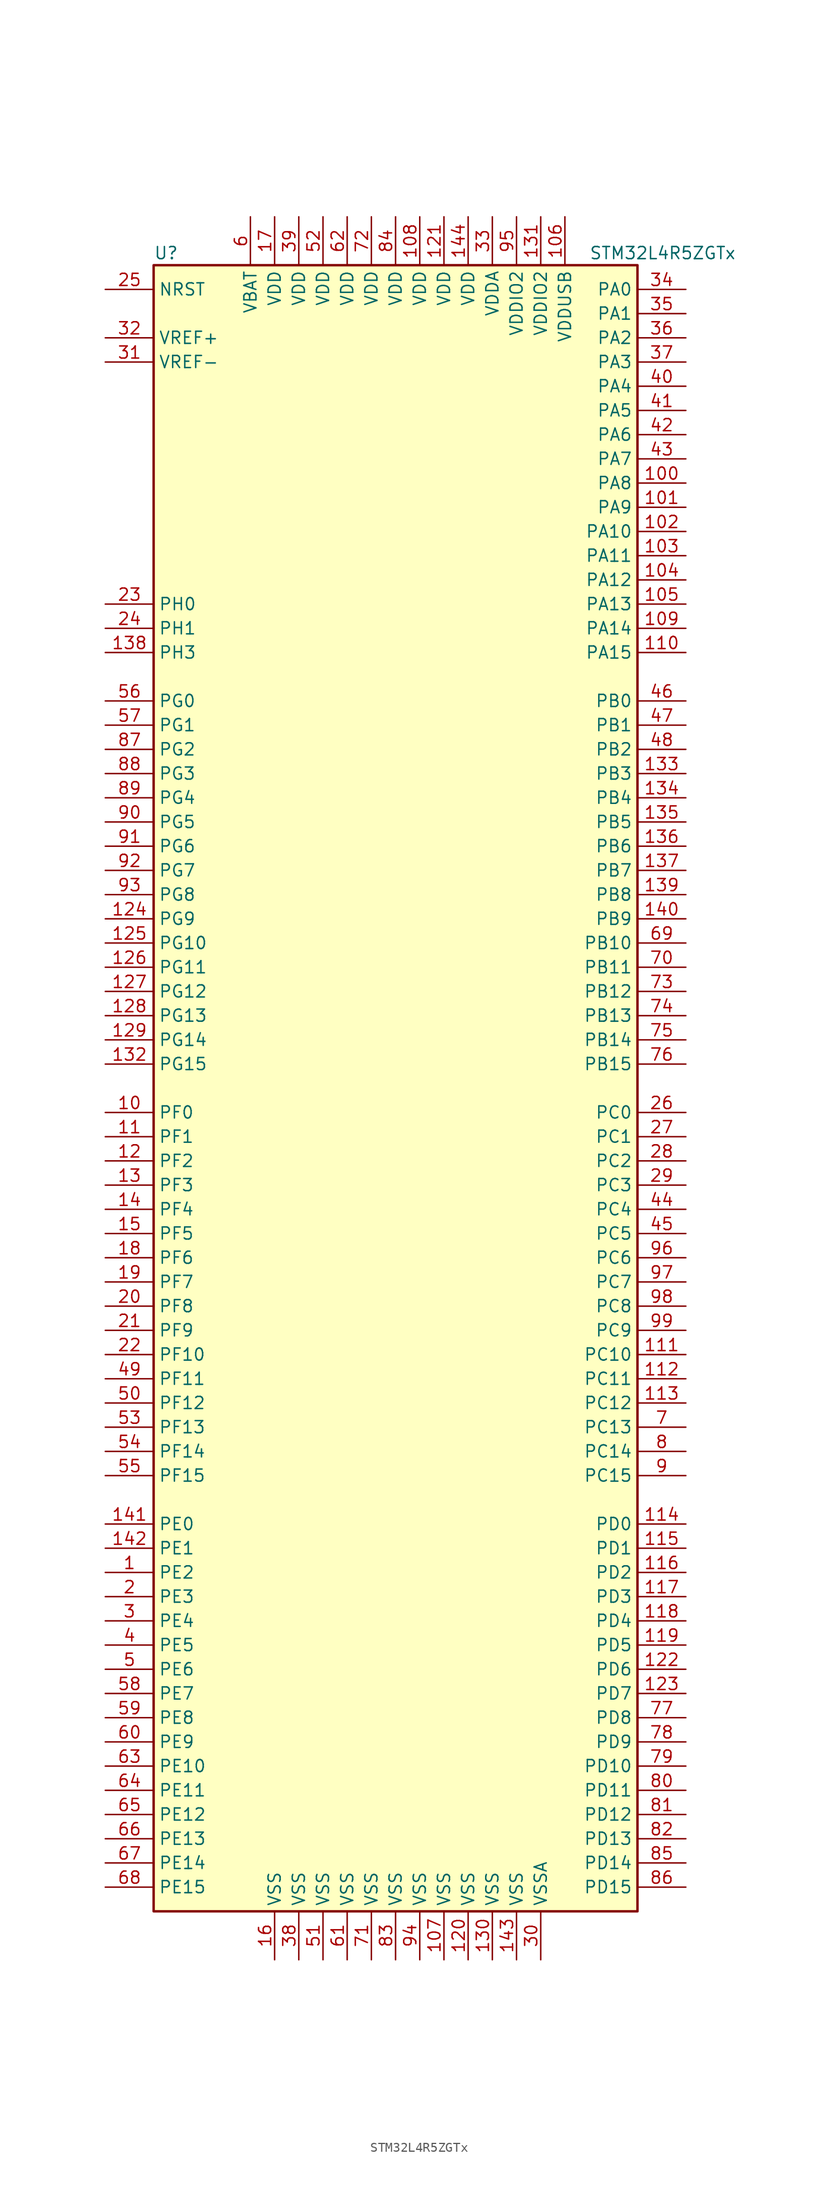
<source format=kicad_sym>
(kicad_symbol_lib
  (version 20201005)
  (generator kicad_symbol_editor)
  (symbol "MCU_ST_STM32L4+:STM32L4R5ZGTx"
    (property "Reference" "U"
      (at -25.4 87.63 0)
      (effects (font (size 1.27 1.27)) (justify left)))
    (property "Value" "STM32L4R5ZGTx"
      (at 20.32 87.63 0)
      (effects (font (size 1.27 1.27)) (justify left)))
    (symbol "STM32L4R5ZGTx_0_1"
      (rectangle (start -25.4 -86.36) (end 25.4 86.36) (stroke (width 0.254)) (fill (type background))))
    (symbol "STM32L4R5ZGTx_1_1"
      (pin input line (at -30.48 83.82 0) (length 5.08) (name "NRST" (effects (font (size 1.27 1.27)))) (number "25" (effects (font (size 1.27 1.27)))))
      (pin bidirectional line (at 30.48 83.82 180) (length 5.08) (name "PA0" (effects (font (size 1.27 1.27)))) (number "34" (effects (font (size 1.27 1.27)))))
      (pin bidirectional line (at 30.48 81.28 180) (length 5.08) (name "PA1" (effects (font (size 1.27 1.27)))) (number "35" (effects (font (size 1.27 1.27)))))
      (pin bidirectional line (at 30.48 58.42 180) (length 5.08) (name "PA10" (effects (font (size 1.27 1.27)))) (number "102" (effects (font (size 1.27 1.27)))))
      (pin bidirectional line (at 30.48 55.88 180) (length 5.08) (name "PA11" (effects (font (size 1.27 1.27)))) (number "103" (effects (font (size 1.27 1.27)))))
      (pin bidirectional line (at 30.48 53.34 180) (length 5.08) (name "PA12" (effects (font (size 1.27 1.27)))) (number "104" (effects (font (size 1.27 1.27)))))
      (pin bidirectional line (at 30.48 50.8 180) (length 5.08) (name "PA13" (effects (font (size 1.27 1.27)))) (number "105" (effects (font (size 1.27 1.27)))))
      (pin bidirectional line (at 30.48 48.26 180) (length 5.08) (name "PA14" (effects (font (size 1.27 1.27)))) (number "109" (effects (font (size 1.27 1.27)))))
      (pin bidirectional line (at 30.48 45.72 180) (length 5.08) (name "PA15" (effects (font (size 1.27 1.27)))) (number "110" (effects (font (size 1.27 1.27)))))
      (pin bidirectional line (at 30.48 78.74 180) (length 5.08) (name "PA2" (effects (font (size 1.27 1.27)))) (number "36" (effects (font (size 1.27 1.27)))))
      (pin bidirectional line (at 30.48 76.2 180) (length 5.08) (name "PA3" (effects (font (size 1.27 1.27)))) (number "37" (effects (font (size 1.27 1.27)))))
      (pin bidirectional line (at 30.48 73.66 180) (length 5.08) (name "PA4" (effects (font (size 1.27 1.27)))) (number "40" (effects (font (size 1.27 1.27)))))
      (pin bidirectional line (at 30.48 71.12 180) (length 5.08) (name "PA5" (effects (font (size 1.27 1.27)))) (number "41" (effects (font (size 1.27 1.27)))))
      (pin bidirectional line (at 30.48 68.58 180) (length 5.08) (name "PA6" (effects (font (size 1.27 1.27)))) (number "42" (effects (font (size 1.27 1.27)))))
      (pin bidirectional line (at 30.48 66.04 180) (length 5.08) (name "PA7" (effects (font (size 1.27 1.27)))) (number "43" (effects (font (size 1.27 1.27)))))
      (pin bidirectional line (at 30.48 63.5 180) (length 5.08) (name "PA8" (effects (font (size 1.27 1.27)))) (number "100" (effects (font (size 1.27 1.27)))))
      (pin bidirectional line (at 30.48 60.96 180) (length 5.08) (name "PA9" (effects (font (size 1.27 1.27)))) (number "101" (effects (font (size 1.27 1.27)))))
      (pin bidirectional line (at 30.48 40.64 180) (length 5.08) (name "PB0" (effects (font (size 1.27 1.27)))) (number "46" (effects (font (size 1.27 1.27)))))
      (pin bidirectional line (at 30.48 38.1 180) (length 5.08) (name "PB1" (effects (font (size 1.27 1.27)))) (number "47" (effects (font (size 1.27 1.27)))))
      (pin bidirectional line (at 30.48 15.24 180) (length 5.08) (name "PB10" (effects (font (size 1.27 1.27)))) (number "69" (effects (font (size 1.27 1.27)))))
      (pin bidirectional line (at 30.48 12.7 180) (length 5.08) (name "PB11" (effects (font (size 1.27 1.27)))) (number "70" (effects (font (size 1.27 1.27)))))
      (pin bidirectional line (at 30.48 10.16 180) (length 5.08) (name "PB12" (effects (font (size 1.27 1.27)))) (number "73" (effects (font (size 1.27 1.27)))))
      (pin bidirectional line (at 30.48 7.62 180) (length 5.08) (name "PB13" (effects (font (size 1.27 1.27)))) (number "74" (effects (font (size 1.27 1.27)))))
      (pin bidirectional line (at 30.48 5.08 180) (length 5.08) (name "PB14" (effects (font (size 1.27 1.27)))) (number "75" (effects (font (size 1.27 1.27)))))
      (pin bidirectional line (at 30.48 2.54 180) (length 5.08) (name "PB15" (effects (font (size 1.27 1.27)))) (number "76" (effects (font (size 1.27 1.27)))))
      (pin bidirectional line (at 30.48 35.56 180) (length 5.08) (name "PB2" (effects (font (size 1.27 1.27)))) (number "48" (effects (font (size 1.27 1.27)))))
      (pin bidirectional line (at 30.48 33.02 180) (length 5.08) (name "PB3" (effects (font (size 1.27 1.27)))) (number "133" (effects (font (size 1.27 1.27)))))
      (pin bidirectional line (at 30.48 30.48 180) (length 5.08) (name "PB4" (effects (font (size 1.27 1.27)))) (number "134" (effects (font (size 1.27 1.27)))))
      (pin bidirectional line (at 30.48 27.94 180) (length 5.08) (name "PB5" (effects (font (size 1.27 1.27)))) (number "135" (effects (font (size 1.27 1.27)))))
      (pin bidirectional line (at 30.48 25.4 180) (length 5.08) (name "PB6" (effects (font (size 1.27 1.27)))) (number "136" (effects (font (size 1.27 1.27)))))
      (pin bidirectional line (at 30.48 22.86 180) (length 5.08) (name "PB7" (effects (font (size 1.27 1.27)))) (number "137" (effects (font (size 1.27 1.27)))))
      (pin bidirectional line (at 30.48 20.32 180) (length 5.08) (name "PB8" (effects (font (size 1.27 1.27)))) (number "139" (effects (font (size 1.27 1.27)))))
      (pin bidirectional line (at 30.48 17.78 180) (length 5.08) (name "PB9" (effects (font (size 1.27 1.27)))) (number "140" (effects (font (size 1.27 1.27)))))
      (pin bidirectional line (at 30.48 -2.54 180) (length 5.08) (name "PC0" (effects (font (size 1.27 1.27)))) (number "26" (effects (font (size 1.27 1.27)))))
      (pin bidirectional line (at 30.48 -5.08 180) (length 5.08) (name "PC1" (effects (font (size 1.27 1.27)))) (number "27" (effects (font (size 1.27 1.27)))))
      (pin bidirectional line (at 30.48 -27.94 180) (length 5.08) (name "PC10" (effects (font (size 1.27 1.27)))) (number "111" (effects (font (size 1.27 1.27)))))
      (pin bidirectional line (at 30.48 -30.48 180) (length 5.08) (name "PC11" (effects (font (size 1.27 1.27)))) (number "112" (effects (font (size 1.27 1.27)))))
      (pin bidirectional line (at 30.48 -33.02 180) (length 5.08) (name "PC12" (effects (font (size 1.27 1.27)))) (number "113" (effects (font (size 1.27 1.27)))))
      (pin bidirectional line (at 30.48 -35.56 180) (length 5.08) (name "PC13" (effects (font (size 1.27 1.27)))) (number "7" (effects (font (size 1.27 1.27)))))
      (pin bidirectional line (at 30.48 -38.1 180) (length 5.08) (name "PC14" (effects (font (size 1.27 1.27)))) (number "8" (effects (font (size 1.27 1.27)))))
      (pin bidirectional line (at 30.48 -40.64 180) (length 5.08) (name "PC15" (effects (font (size 1.27 1.27)))) (number "9" (effects (font (size 1.27 1.27)))))
      (pin bidirectional line (at 30.48 -7.62 180) (length 5.08) (name "PC2" (effects (font (size 1.27 1.27)))) (number "28" (effects (font (size 1.27 1.27)))))
      (pin bidirectional line (at 30.48 -10.16 180) (length 5.08) (name "PC3" (effects (font (size 1.27 1.27)))) (number "29" (effects (font (size 1.27 1.27)))))
      (pin bidirectional line (at 30.48 -12.7 180) (length 5.08) (name "PC4" (effects (font (size 1.27 1.27)))) (number "44" (effects (font (size 1.27 1.27)))))
      (pin bidirectional line (at 30.48 -15.24 180) (length 5.08) (name "PC5" (effects (font (size 1.27 1.27)))) (number "45" (effects (font (size 1.27 1.27)))))
      (pin bidirectional line (at 30.48 -17.78 180) (length 5.08) (name "PC6" (effects (font (size 1.27 1.27)))) (number "96" (effects (font (size 1.27 1.27)))))
      (pin bidirectional line (at 30.48 -20.32 180) (length 5.08) (name "PC7" (effects (font (size 1.27 1.27)))) (number "97" (effects (font (size 1.27 1.27)))))
      (pin bidirectional line (at 30.48 -22.86 180) (length 5.08) (name "PC8" (effects (font (size 1.27 1.27)))) (number "98" (effects (font (size 1.27 1.27)))))
      (pin bidirectional line (at 30.48 -25.4 180) (length 5.08) (name "PC9" (effects (font (size 1.27 1.27)))) (number "99" (effects (font (size 1.27 1.27)))))
      (pin bidirectional line (at 30.48 -45.72 180) (length 5.08) (name "PD0" (effects (font (size 1.27 1.27)))) (number "114" (effects (font (size 1.27 1.27)))))
      (pin bidirectional line (at 30.48 -48.26 180) (length 5.08) (name "PD1" (effects (font (size 1.27 1.27)))) (number "115" (effects (font (size 1.27 1.27)))))
      (pin bidirectional line (at 30.48 -71.12 180) (length 5.08) (name "PD10" (effects (font (size 1.27 1.27)))) (number "79" (effects (font (size 1.27 1.27)))))
      (pin bidirectional line (at 30.48 -73.66 180) (length 5.08) (name "PD11" (effects (font (size 1.27 1.27)))) (number "80" (effects (font (size 1.27 1.27)))))
      (pin bidirectional line (at 30.48 -76.2 180) (length 5.08) (name "PD12" (effects (font (size 1.27 1.27)))) (number "81" (effects (font (size 1.27 1.27)))))
      (pin bidirectional line (at 30.48 -78.74 180) (length 5.08) (name "PD13" (effects (font (size 1.27 1.27)))) (number "82" (effects (font (size 1.27 1.27)))))
      (pin bidirectional line (at 30.48 -81.28 180) (length 5.08) (name "PD14" (effects (font (size 1.27 1.27)))) (number "85" (effects (font (size 1.27 1.27)))))
      (pin bidirectional line (at 30.48 -83.82 180) (length 5.08) (name "PD15" (effects (font (size 1.27 1.27)))) (number "86" (effects (font (size 1.27 1.27)))))
      (pin bidirectional line (at 30.48 -50.8 180) (length 5.08) (name "PD2" (effects (font (size 1.27 1.27)))) (number "116" (effects (font (size 1.27 1.27)))))
      (pin bidirectional line (at 30.48 -53.34 180) (length 5.08) (name "PD3" (effects (font (size 1.27 1.27)))) (number "117" (effects (font (size 1.27 1.27)))))
      (pin bidirectional line (at 30.48 -55.88 180) (length 5.08) (name "PD4" (effects (font (size 1.27 1.27)))) (number "118" (effects (font (size 1.27 1.27)))))
      (pin bidirectional line (at 30.48 -58.42 180) (length 5.08) (name "PD5" (effects (font (size 1.27 1.27)))) (number "119" (effects (font (size 1.27 1.27)))))
      (pin bidirectional line (at 30.48 -60.96 180) (length 5.08) (name "PD6" (effects (font (size 1.27 1.27)))) (number "122" (effects (font (size 1.27 1.27)))))
      (pin bidirectional line (at 30.48 -63.5 180) (length 5.08) (name "PD7" (effects (font (size 1.27 1.27)))) (number "123" (effects (font (size 1.27 1.27)))))
      (pin bidirectional line (at 30.48 -66.04 180) (length 5.08) (name "PD8" (effects (font (size 1.27 1.27)))) (number "77" (effects (font (size 1.27 1.27)))))
      (pin bidirectional line (at 30.48 -68.58 180) (length 5.08) (name "PD9" (effects (font (size 1.27 1.27)))) (number "78" (effects (font (size 1.27 1.27)))))
      (pin bidirectional line (at -30.48 -45.72 0) (length 5.08) (name "PE0" (effects (font (size 1.27 1.27)))) (number "141" (effects (font (size 1.27 1.27)))))
      (pin bidirectional line (at -30.48 -48.26 0) (length 5.08) (name "PE1" (effects (font (size 1.27 1.27)))) (number "142" (effects (font (size 1.27 1.27)))))
      (pin bidirectional line (at -30.48 -71.12 0) (length 5.08) (name "PE10" (effects (font (size 1.27 1.27)))) (number "63" (effects (font (size 1.27 1.27)))))
      (pin bidirectional line (at -30.48 -73.66 0) (length 5.08) (name "PE11" (effects (font (size 1.27 1.27)))) (number "64" (effects (font (size 1.27 1.27)))))
      (pin bidirectional line (at -30.48 -76.2 0) (length 5.08) (name "PE12" (effects (font (size 1.27 1.27)))) (number "65" (effects (font (size 1.27 1.27)))))
      (pin bidirectional line (at -30.48 -78.74 0) (length 5.08) (name "PE13" (effects (font (size 1.27 1.27)))) (number "66" (effects (font (size 1.27 1.27)))))
      (pin bidirectional line (at -30.48 -81.28 0) (length 5.08) (name "PE14" (effects (font (size 1.27 1.27)))) (number "67" (effects (font (size 1.27 1.27)))))
      (pin bidirectional line (at -30.48 -83.82 0) (length 5.08) (name "PE15" (effects (font (size 1.27 1.27)))) (number "68" (effects (font (size 1.27 1.27)))))
      (pin bidirectional line (at -30.48 -50.8 0) (length 5.08) (name "PE2" (effects (font (size 1.27 1.27)))) (number "1" (effects (font (size 1.27 1.27)))))
      (pin bidirectional line (at -30.48 -53.34 0) (length 5.08) (name "PE3" (effects (font (size 1.27 1.27)))) (number "2" (effects (font (size 1.27 1.27)))))
      (pin bidirectional line (at -30.48 -55.88 0) (length 5.08) (name "PE4" (effects (font (size 1.27 1.27)))) (number "3" (effects (font (size 1.27 1.27)))))
      (pin bidirectional line (at -30.48 -58.42 0) (length 5.08) (name "PE5" (effects (font (size 1.27 1.27)))) (number "4" (effects (font (size 1.27 1.27)))))
      (pin bidirectional line (at -30.48 -60.96 0) (length 5.08) (name "PE6" (effects (font (size 1.27 1.27)))) (number "5" (effects (font (size 1.27 1.27)))))
      (pin bidirectional line (at -30.48 -63.5 0) (length 5.08) (name "PE7" (effects (font (size 1.27 1.27)))) (number "58" (effects (font (size 1.27 1.27)))))
      (pin bidirectional line (at -30.48 -66.04 0) (length 5.08) (name "PE8" (effects (font (size 1.27 1.27)))) (number "59" (effects (font (size 1.27 1.27)))))
      (pin bidirectional line (at -30.48 -68.58 0) (length 5.08) (name "PE9" (effects (font (size 1.27 1.27)))) (number "60" (effects (font (size 1.27 1.27)))))
      (pin bidirectional line (at -30.48 -2.54 0) (length 5.08) (name "PF0" (effects (font (size 1.27 1.27)))) (number "10" (effects (font (size 1.27 1.27)))))
      (pin bidirectional line (at -30.48 -5.08 0) (length 5.08) (name "PF1" (effects (font (size 1.27 1.27)))) (number "11" (effects (font (size 1.27 1.27)))))
      (pin bidirectional line (at -30.48 -27.94 0) (length 5.08) (name "PF10" (effects (font (size 1.27 1.27)))) (number "22" (effects (font (size 1.27 1.27)))))
      (pin bidirectional line (at -30.48 -30.48 0) (length 5.08) (name "PF11" (effects (font (size 1.27 1.27)))) (number "49" (effects (font (size 1.27 1.27)))))
      (pin bidirectional line (at -30.48 -33.02 0) (length 5.08) (name "PF12" (effects (font (size 1.27 1.27)))) (number "50" (effects (font (size 1.27 1.27)))))
      (pin bidirectional line (at -30.48 -35.56 0) (length 5.08) (name "PF13" (effects (font (size 1.27 1.27)))) (number "53" (effects (font (size 1.27 1.27)))))
      (pin bidirectional line (at -30.48 -38.1 0) (length 5.08) (name "PF14" (effects (font (size 1.27 1.27)))) (number "54" (effects (font (size 1.27 1.27)))))
      (pin bidirectional line (at -30.48 -40.64 0) (length 5.08) (name "PF15" (effects (font (size 1.27 1.27)))) (number "55" (effects (font (size 1.27 1.27)))))
      (pin bidirectional line (at -30.48 -7.62 0) (length 5.08) (name "PF2" (effects (font (size 1.27 1.27)))) (number "12" (effects (font (size 1.27 1.27)))))
      (pin bidirectional line (at -30.48 -10.16 0) (length 5.08) (name "PF3" (effects (font (size 1.27 1.27)))) (number "13" (effects (font (size 1.27 1.27)))))
      (pin bidirectional line (at -30.48 -12.7 0) (length 5.08) (name "PF4" (effects (font (size 1.27 1.27)))) (number "14" (effects (font (size 1.27 1.27)))))
      (pin bidirectional line (at -30.48 -15.24 0) (length 5.08) (name "PF5" (effects (font (size 1.27 1.27)))) (number "15" (effects (font (size 1.27 1.27)))))
      (pin bidirectional line (at -30.48 -17.78 0) (length 5.08) (name "PF6" (effects (font (size 1.27 1.27)))) (number "18" (effects (font (size 1.27 1.27)))))
      (pin bidirectional line (at -30.48 -20.32 0) (length 5.08) (name "PF7" (effects (font (size 1.27 1.27)))) (number "19" (effects (font (size 1.27 1.27)))))
      (pin bidirectional line (at -30.48 -22.86 0) (length 5.08) (name "PF8" (effects (font (size 1.27 1.27)))) (number "20" (effects (font (size 1.27 1.27)))))
      (pin bidirectional line (at -30.48 -25.4 0) (length 5.08) (name "PF9" (effects (font (size 1.27 1.27)))) (number "21" (effects (font (size 1.27 1.27)))))
      (pin bidirectional line (at -30.48 40.64 0) (length 5.08) (name "PG0" (effects (font (size 1.27 1.27)))) (number "56" (effects (font (size 1.27 1.27)))))
      (pin bidirectional line (at -30.48 38.1 0) (length 5.08) (name "PG1" (effects (font (size 1.27 1.27)))) (number "57" (effects (font (size 1.27 1.27)))))
      (pin bidirectional line (at -30.48 15.24 0) (length 5.08) (name "PG10" (effects (font (size 1.27 1.27)))) (number "125" (effects (font (size 1.27 1.27)))))
      (pin bidirectional line (at -30.48 12.7 0) (length 5.08) (name "PG11" (effects (font (size 1.27 1.27)))) (number "126" (effects (font (size 1.27 1.27)))))
      (pin bidirectional line (at -30.48 10.16 0) (length 5.08) (name "PG12" (effects (font (size 1.27 1.27)))) (number "127" (effects (font (size 1.27 1.27)))))
      (pin bidirectional line (at -30.48 7.62 0) (length 5.08) (name "PG13" (effects (font (size 1.27 1.27)))) (number "128" (effects (font (size 1.27 1.27)))))
      (pin bidirectional line (at -30.48 5.08 0) (length 5.08) (name "PG14" (effects (font (size 1.27 1.27)))) (number "129" (effects (font (size 1.27 1.27)))))
      (pin bidirectional line (at -30.48 2.54 0) (length 5.08) (name "PG15" (effects (font (size 1.27 1.27)))) (number "132" (effects (font (size 1.27 1.27)))))
      (pin bidirectional line (at -30.48 35.56 0) (length 5.08) (name "PG2" (effects (font (size 1.27 1.27)))) (number "87" (effects (font (size 1.27 1.27)))))
      (pin bidirectional line (at -30.48 33.02 0) (length 5.08) (name "PG3" (effects (font (size 1.27 1.27)))) (number "88" (effects (font (size 1.27 1.27)))))
      (pin bidirectional line (at -30.48 30.48 0) (length 5.08) (name "PG4" (effects (font (size 1.27 1.27)))) (number "89" (effects (font (size 1.27 1.27)))))
      (pin bidirectional line (at -30.48 27.94 0) (length 5.08) (name "PG5" (effects (font (size 1.27 1.27)))) (number "90" (effects (font (size 1.27 1.27)))))
      (pin bidirectional line (at -30.48 25.4 0) (length 5.08) (name "PG6" (effects (font (size 1.27 1.27)))) (number "91" (effects (font (size 1.27 1.27)))))
      (pin bidirectional line (at -30.48 22.86 0) (length 5.08) (name "PG7" (effects (font (size 1.27 1.27)))) (number "92" (effects (font (size 1.27 1.27)))))
      (pin bidirectional line (at -30.48 20.32 0) (length 5.08) (name "PG8" (effects (font (size 1.27 1.27)))) (number "93" (effects (font (size 1.27 1.27)))))
      (pin bidirectional line (at -30.48 17.78 0) (length 5.08) (name "PG9" (effects (font (size 1.27 1.27)))) (number "124" (effects (font (size 1.27 1.27)))))
      (pin input line (at -30.48 50.8 0) (length 5.08) (name "PH0" (effects (font (size 1.27 1.27)))) (number "23" (effects (font (size 1.27 1.27)))))
      (pin input line (at -30.48 48.26 0) (length 5.08) (name "PH1" (effects (font (size 1.27 1.27)))) (number "24" (effects (font (size 1.27 1.27)))))
      (pin bidirectional line (at -30.48 45.72 0) (length 5.08) (name "PH3" (effects (font (size 1.27 1.27)))) (number "138" (effects (font (size 1.27 1.27)))))
      (pin power_in line (at -15.24 91.44 270) (length 5.08) (name "VBAT" (effects (font (size 1.27 1.27)))) (number "6" (effects (font (size 1.27 1.27)))))
      (pin power_in line (at 2.54 91.44 270) (length 5.08) (name "VDD" (effects (font (size 1.27 1.27)))) (number "108" (effects (font (size 1.27 1.27)))))
      (pin power_in line (at 5.08 91.44 270) (length 5.08) (name "VDD" (effects (font (size 1.27 1.27)))) (number "121" (effects (font (size 1.27 1.27)))))
      (pin power_in line (at 7.62 91.44 270) (length 5.08) (name "VDD" (effects (font (size 1.27 1.27)))) (number "144" (effects (font (size 1.27 1.27)))))
      (pin power_in line (at -12.7 91.44 270) (length 5.08) (name "VDD" (effects (font (size 1.27 1.27)))) (number "17" (effects (font (size 1.27 1.27)))))
      (pin power_in line (at -10.16 91.44 270) (length 5.08) (name "VDD" (effects (font (size 1.27 1.27)))) (number "39" (effects (font (size 1.27 1.27)))))
      (pin power_in line (at -7.62 91.44 270) (length 5.08) (name "VDD" (effects (font (size 1.27 1.27)))) (number "52" (effects (font (size 1.27 1.27)))))
      (pin power_in line (at -5.08 91.44 270) (length 5.08) (name "VDD" (effects (font (size 1.27 1.27)))) (number "62" (effects (font (size 1.27 1.27)))))
      (pin power_in line (at -2.54 91.44 270) (length 5.08) (name "VDD" (effects (font (size 1.27 1.27)))) (number "72" (effects (font (size 1.27 1.27)))))
      (pin power_in line (at 0 91.44 270) (length 5.08) (name "VDD" (effects (font (size 1.27 1.27)))) (number "84" (effects (font (size 1.27 1.27)))))
      (pin power_in line (at 10.16 91.44 270) (length 5.08) (name "VDDA" (effects (font (size 1.27 1.27)))) (number "33" (effects (font (size 1.27 1.27)))))
      (pin power_in line (at 15.24 91.44 270) (length 5.08) (name "VDDIO2" (effects (font (size 1.27 1.27)))) (number "131" (effects (font (size 1.27 1.27)))))
      (pin power_in line (at 12.7 91.44 270) (length 5.08) (name "VDDIO2" (effects (font (size 1.27 1.27)))) (number "95" (effects (font (size 1.27 1.27)))))
      (pin power_in line (at 17.78 91.44 270) (length 5.08) (name "VDDUSB" (effects (font (size 1.27 1.27)))) (number "106" (effects (font (size 1.27 1.27)))))
      (pin bidirectional line (at -30.48 78.74 0) (length 5.08) (name "VREF+" (effects (font (size 1.27 1.27)))) (number "32" (effects (font (size 1.27 1.27)))))
      (pin power_in line (at -30.48 76.2 0) (length 5.08) (name "VREF-" (effects (font (size 1.27 1.27)))) (number "31" (effects (font (size 1.27 1.27)))))
      (pin power_in line (at 5.08 -91.44 90) (length 5.08) (name "VSS" (effects (font (size 1.27 1.27)))) (number "107" (effects (font (size 1.27 1.27)))))
      (pin power_in line (at 7.62 -91.44 90) (length 5.08) (name "VSS" (effects (font (size 1.27 1.27)))) (number "120" (effects (font (size 1.27 1.27)))))
      (pin power_in line (at 10.16 -91.44 90) (length 5.08) (name "VSS" (effects (font (size 1.27 1.27)))) (number "130" (effects (font (size 1.27 1.27)))))
      (pin power_in line (at 12.7 -91.44 90) (length 5.08) (name "VSS" (effects (font (size 1.27 1.27)))) (number "143" (effects (font (size 1.27 1.27)))))
      (pin power_in line (at -12.7 -91.44 90) (length 5.08) (name "VSS" (effects (font (size 1.27 1.27)))) (number "16" (effects (font (size 1.27 1.27)))))
      (pin power_in line (at -10.16 -91.44 90) (length 5.08) (name "VSS" (effects (font (size 1.27 1.27)))) (number "38" (effects (font (size 1.27 1.27)))))
      (pin power_in line (at -7.62 -91.44 90) (length 5.08) (name "VSS" (effects (font (size 1.27 1.27)))) (number "51" (effects (font (size 1.27 1.27)))))
      (pin power_in line (at -5.08 -91.44 90) (length 5.08) (name "VSS" (effects (font (size 1.27 1.27)))) (number "61" (effects (font (size 1.27 1.27)))))
      (pin power_in line (at -2.54 -91.44 90) (length 5.08) (name "VSS" (effects (font (size 1.27 1.27)))) (number "71" (effects (font (size 1.27 1.27)))))
      (pin power_in line (at 0 -91.44 90) (length 5.08) (name "VSS" (effects (font (size 1.27 1.27)))) (number "83" (effects (font (size 1.27 1.27)))))
      (pin power_in line (at 2.54 -91.44 90) (length 5.08) (name "VSS" (effects (font (size 1.27 1.27)))) (number "94" (effects (font (size 1.27 1.27)))))
      (pin power_in line (at 15.24 -91.44 90) (length 5.08) (name "VSSA" (effects (font (size 1.27 1.27)))) (number "30" (effects (font (size 1.27 1.27))))))))
</source>
